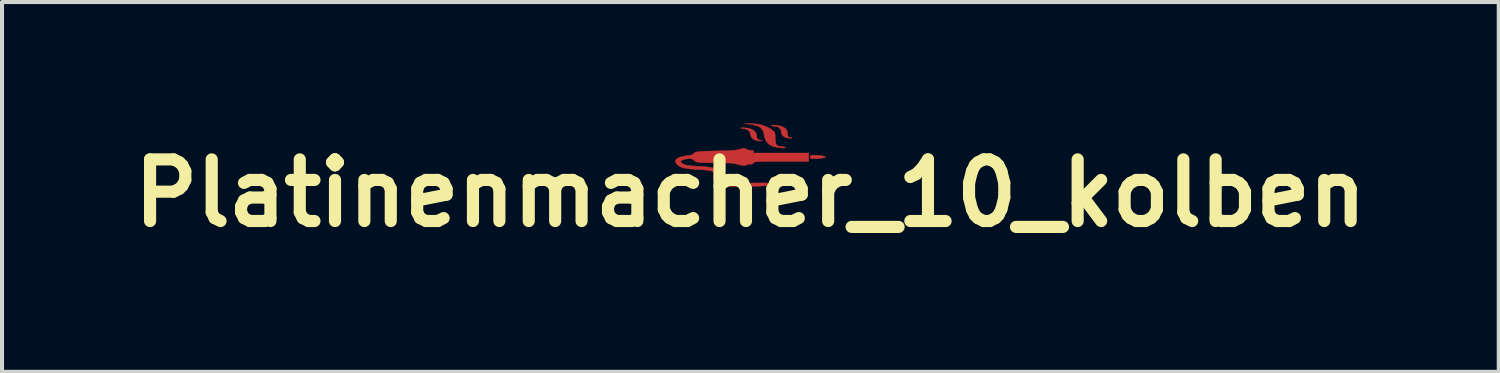
<source format=kicad_pcb>
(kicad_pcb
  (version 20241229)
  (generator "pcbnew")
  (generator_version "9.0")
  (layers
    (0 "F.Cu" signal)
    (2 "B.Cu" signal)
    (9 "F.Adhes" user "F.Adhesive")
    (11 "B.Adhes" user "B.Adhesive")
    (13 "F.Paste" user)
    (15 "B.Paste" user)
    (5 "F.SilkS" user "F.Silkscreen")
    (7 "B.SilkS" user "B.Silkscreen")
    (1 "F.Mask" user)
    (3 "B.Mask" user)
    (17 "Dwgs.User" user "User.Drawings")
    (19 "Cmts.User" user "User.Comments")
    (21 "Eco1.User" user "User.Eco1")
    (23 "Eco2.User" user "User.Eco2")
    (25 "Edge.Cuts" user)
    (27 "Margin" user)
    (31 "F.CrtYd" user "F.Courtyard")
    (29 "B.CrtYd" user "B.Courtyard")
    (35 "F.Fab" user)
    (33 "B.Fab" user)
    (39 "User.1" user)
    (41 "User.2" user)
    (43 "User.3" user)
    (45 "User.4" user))
  (footprint "Platinenmacher_10_kolben"
    (layer "F.Cu")
    (at 15.501 1.725)
    (property "Reference" "Platinenmacher_10_kolben" (at 0 0 0) (layer "F.SilkS") (effects (font (size 1.524 1.524) (thickness 0.3))))
    (attr through_hole)
    (fp_poly (pts (xy 1.614 -0.938) (xy 1.688 -0.935) (xy 1.757 -0.927) (xy 1.806 -0.916) (xy 1.809 -0.915) (xy 1.869 -0.893) (xy 1.81 -0.873) (xy 1.764 -0.863) (xy 1.697 -0.856) (xy 1.622 -0.852) (xy 1.615 -0.852) (xy 1.547 -0.853) (xy 1.506 -0.856) (xy 1.486 -0.864) (xy 1.479 -0.878) (xy 1.479 -0.896) (xy 1.48 -0.918) (xy 1.49 -0.931) (xy 1.514 -0.937) (xy 1.561 -0.938) (xy 1.614 -0.938)) (stroke (width 0.01) (type solid)) (fill yes) (layer "F.Cu"))
    (fp_poly (pts (xy -0.072 -1.609) (xy 0.021 -1.584) (xy 0.093 -1.544) (xy 0.14 -1.492) (xy 0.157 -1.429) (xy 0.157 -1.428) (xy 0.162 -1.37) (xy 0.181 -1.336) (xy 0.224 -1.314) (xy 0.244 -1.308) (xy 0.304 -1.291) (xy 0.235 -1.29) (xy 0.174 -1.295) (xy 0.116 -1.31) (xy 0.111 -1.312) (xy 0.048 -1.355) (xy 0.009 -1.414) (xy 0 -1.465) (xy -0.016 -1.52) (xy -0.062 -1.562) (xy -0.132 -1.589) (xy -0.155 -1.593) (xy -0.218 -1.602) (xy -0.248 -1.609) (xy -0.243 -1.613) (xy -0.205 -1.616) (xy -0.181 -1.617) (xy -0.072 -1.609)) (stroke (width 0.01) (type solid)) (fill yes) (layer "F.Cu"))
    (fp_poly (pts (xy 0.632 -1.68) (xy 0.694 -1.67) (xy 0.752 -1.657) (xy 0.787 -1.645) (xy 0.861 -1.604) (xy 0.904 -1.555) (xy 0.921 -1.491) (xy 0.922 -1.47) (xy 0.924 -1.421) (xy 0.935 -1.396) (xy 0.96 -1.384) (xy 0.97 -1.382) (xy 1.019 -1.37) (xy 1.034 -1.363) (xy 1.017 -1.36) (xy 0.983 -1.359) (xy 0.926 -1.364) (xy 0.876 -1.374) (xy 0.87 -1.376) (xy 0.806 -1.414) (xy 0.772 -1.464) (xy 0.765 -1.508) (xy 0.751 -1.575) (xy 0.708 -1.623) (xy 0.643 -1.649) (xy 0.601 -1.653) (xy 0.55 -1.657) (xy 0.524 -1.667) (xy 0.522 -1.672) (xy 0.537 -1.682) (xy 0.577 -1.684) (xy 0.632 -1.68)) (stroke (width 0.01) (type solid)) (fill yes) (layer "F.Cu"))
    (fp_poly (pts (xy 0.139 -1.712) (xy 0.281 -1.685) (xy 0.408 -1.64) (xy 0.499 -1.59) (xy 0.549 -1.553) (xy 0.586 -1.519) (xy 0.602 -1.499) (xy 0.609 -1.468) (xy 0.614 -1.413) (xy 0.617 -1.347) (xy 0.617 -1.345) (xy 0.621 -1.263) (xy 0.636 -1.209) (xy 0.666 -1.176) (xy 0.717 -1.159) (xy 0.773 -1.152) (xy 0.826 -1.145) (xy 0.861 -1.136) (xy 0.87 -1.129) (xy 0.854 -1.119) (xy 0.811 -1.116) (xy 0.747 -1.119) (xy 0.671 -1.129) (xy 0.66 -1.131) (xy 0.541 -1.163) (xy 0.451 -1.215) (xy 0.388 -1.287) (xy 0.353 -1.38) (xy 0.348 -1.406) (xy 0.327 -1.504) (xy 0.29 -1.578) (xy 0.234 -1.632) (xy 0.155 -1.67) (xy 0.048 -1.694) (xy -0.009 -1.702) (xy -0.148 -1.718) (xy -0.007 -1.72) (xy 0.139 -1.712)) (stroke (width 0.01) (type solid)) (fill yes) (layer "F.Cu"))
    (fp_poly (pts (xy -0.132 -1.108) (xy -0.113 -1.095) (xy -0.11 -1.092) (xy -0.073 -1.073) (xy -0.02 -1.06) (xy 0.000032 -1.058) (xy 0.078 -1.053) (xy 0.077 -0.931) (xy 0.076 -0.877) (xy 0.077 -0.856) (xy 0.079 -0.87) (xy 0.082 -0.9) (xy 0.089 -0.992) (xy 1.444 -0.992) (xy 1.444 -0.783) (xy 0.765 -0.783) (xy 0.591 -0.783) (xy 0.447 -0.782) (xy 0.333 -0.781) (xy 0.245 -0.779) (xy 0.179 -0.777) (xy 0.134 -0.774) (xy 0.105 -0.769) (xy 0.091 -0.764) (xy 0.087 -0.759) (xy 0.071 -0.731) (xy 0.022 -0.716) (xy -0.026 -0.713) (xy -0.069 -0.709) (xy -0.095 -0.697) (xy -0.096 -0.696) (xy -0.125 -0.681) (xy -0.185 -0.682) (xy -0.275 -0.701) (xy -0.322 -0.713) (xy -0.365 -0.725) (xy -0.41 -0.733) (xy -0.461 -0.74) (xy -0.524 -0.744) (xy -0.604 -0.746) (xy -0.708 -0.748) (xy -0.84 -0.748) (xy -0.856 -0.748) (xy -0.995 -0.748) (xy -1.102 -0.75) (xy -1.185 -0.753) (xy -1.246 -0.757) (xy -1.291 -0.763) (xy -1.324 -0.771) (xy -1.338 -0.776) (xy -1.383 -0.798) (xy -1.412 -0.821) (xy -1.416 -0.828) (xy -1.439 -0.845) (xy -1.486 -0.852) (xy -1.546 -0.85) (xy -1.609 -0.841) (xy -1.665 -0.825) (xy -1.705 -0.805) (xy -1.717 -0.79) (xy -1.712 -0.759) (xy -1.676 -0.728) (xy -1.614 -0.701) (xy -1.594 -0.695) (xy -1.554 -0.688) (xy -1.486 -0.68) (xy -1.399 -0.672) (xy -1.301 -0.665) (xy -1.244 -0.662) (xy -1.096 -0.652) (xy -0.98 -0.637) (xy -0.893 -0.617) (xy -0.831 -0.59) (xy -0.793 -0.554) (xy -0.774 -0.508) (xy -0.772 -0.45) (xy -0.775 -0.428) (xy -0.779 -0.376) (xy -0.77 -0.343) (xy -0.748 -0.317) (xy -0.719 -0.295) (xy -0.684 -0.277) (xy -0.638 -0.264) (xy -0.578 -0.254) (xy -0.5 -0.248) (xy -0.399 -0.245) (xy -0.273 -0.245) (xy -0.117 -0.247) (xy -0.05 -0.248) (xy 0.092 -0.251) (xy 0.203 -0.252) (xy 0.287 -0.253) (xy 0.348 -0.252) (xy 0.39 -0.25) (xy 0.416 -0.246) (xy 0.431 -0.24) (xy 0.438 -0.232) (xy 0.44 -0.226) (xy 0.437 -0.202) (xy 0.409 -0.188) (xy 0.394 -0.185) (xy 0.35 -0.18) (xy 0.277 -0.176) (xy 0.183 -0.172) (xy 0.074 -0.169) (xy -0.046 -0.167) (xy -0.169 -0.166) (xy -0.289 -0.166) (xy -0.4 -0.166) (xy -0.496 -0.168) (xy -0.571 -0.17) (xy -0.618 -0.174) (xy -0.624 -0.175) (xy -0.738 -0.205) (xy -0.825 -0.25) (xy -0.88 -0.301) (xy -0.907 -0.338) (xy -0.917 -0.374) (xy -0.915 -0.424) (xy -0.913 -0.438) (xy -0.907 -0.489) (xy -0.912 -0.517) (xy -0.931 -0.534) (xy -0.96 -0.546) (xy -1.001 -0.557) (xy -1.07 -0.567) (xy -1.16 -0.575) (xy -1.264 -0.582) (xy -1.27 -0.582) (xy -1.416 -0.591) (xy -1.532 -0.602) (xy -1.623 -0.617) (xy -1.694 -0.636) (xy -1.751 -0.662) (xy -1.797 -0.694) (xy -1.814 -0.709) (xy -1.852 -0.759) (xy -1.856 -0.805) (xy -1.827 -0.846) (xy -1.767 -0.881) (xy -1.676 -0.909) (xy -1.555 -0.929) (xy -1.535 -0.931) (xy -1.476 -0.941) (xy -1.432 -0.953) (xy -1.413 -0.965) (xy -1.399 -0.985) (xy -1.379 -1) (xy -1.349 -1.013) (xy -1.306 -1.022) (xy -1.245 -1.03) (xy -1.164 -1.035) (xy -1.057 -1.039) (xy -0.921 -1.042) (xy -0.844 -1.044) (xy -0.696 -1.047) (xy -0.578 -1.05) (xy -0.485 -1.055) (xy -0.413 -1.06) (xy -0.355 -1.066) (xy -0.308 -1.074) (xy -0.266 -1.084) (xy -0.257 -1.087) (xy -0.195 -1.104) (xy -0.157 -1.111) (xy -0.132 -1.108)) (stroke (width 0.01) (type solid)) (fill yes) (layer "F.Cu")))
  (gr_rect
    (start -3 -3)
    (end 34.003 6.143)
    (stroke (width 0.1) (type default))
    (fill no)
    (layer "Edge.Cuts")))
</source>
